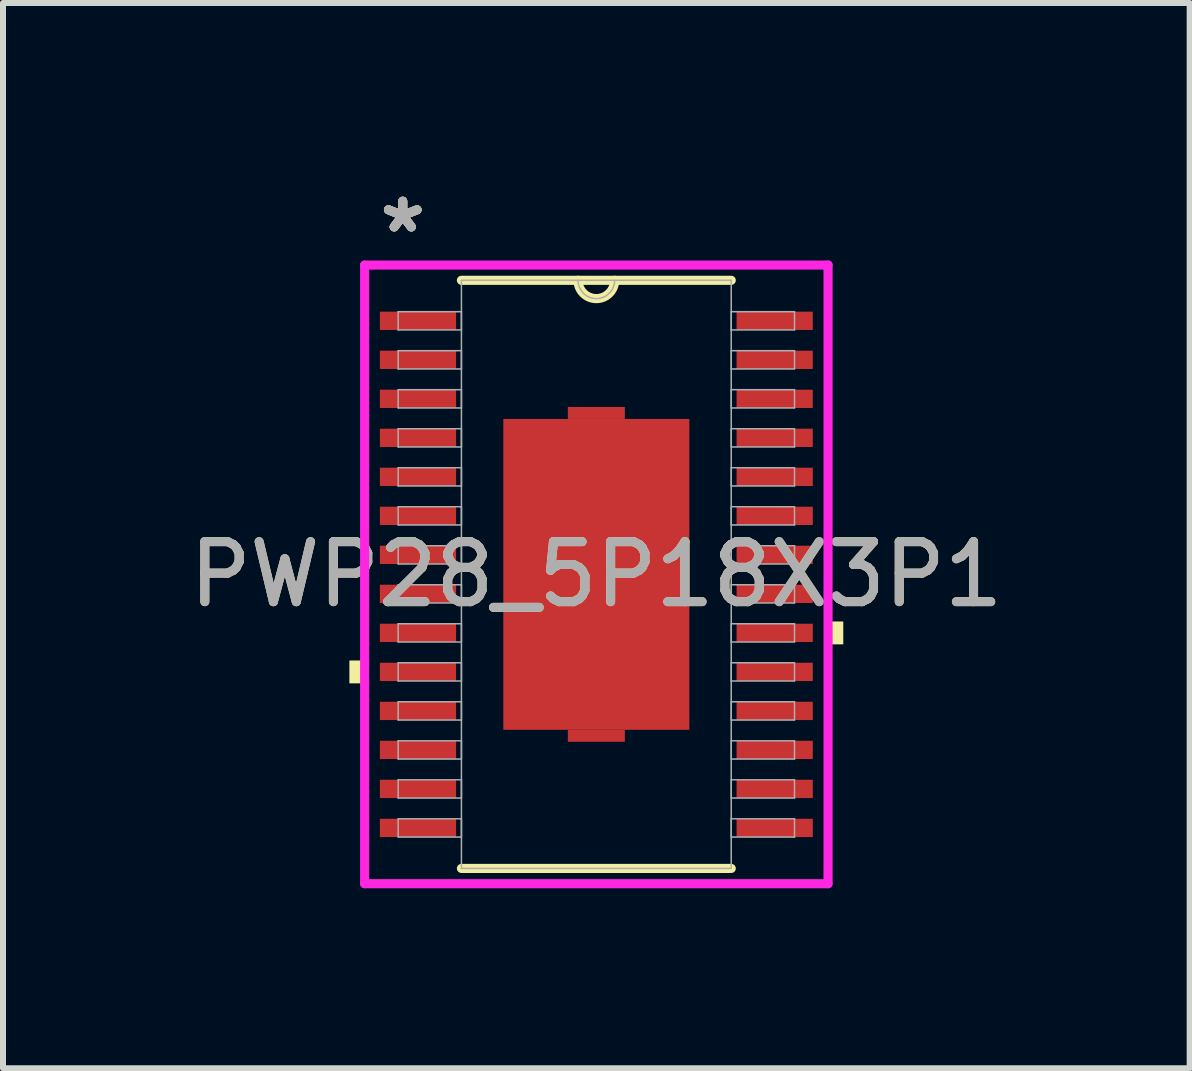
<source format=kicad_pcb>
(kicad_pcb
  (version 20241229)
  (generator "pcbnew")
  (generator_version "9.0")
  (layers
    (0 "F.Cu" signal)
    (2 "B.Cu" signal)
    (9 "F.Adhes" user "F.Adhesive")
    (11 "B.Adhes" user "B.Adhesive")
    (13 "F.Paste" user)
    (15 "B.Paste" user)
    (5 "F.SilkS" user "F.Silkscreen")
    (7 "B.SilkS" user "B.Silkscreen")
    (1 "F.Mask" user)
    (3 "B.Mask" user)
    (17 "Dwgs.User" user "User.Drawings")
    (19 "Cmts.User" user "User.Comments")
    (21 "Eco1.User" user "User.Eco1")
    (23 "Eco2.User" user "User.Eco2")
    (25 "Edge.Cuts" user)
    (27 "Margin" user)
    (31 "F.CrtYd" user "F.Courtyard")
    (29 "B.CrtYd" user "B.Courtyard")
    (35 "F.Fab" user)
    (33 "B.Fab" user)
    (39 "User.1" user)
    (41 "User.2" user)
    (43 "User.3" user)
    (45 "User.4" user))
  (footprint "PWP28_5P18X3P1"
    (layer "F.Cu")
    (at 6.887 6.521)
    (property "Reference" "PWP28_5P18X3P1" (at 0 0 0) (unlocked yes) (layer "F.SilkS") (effects (font (size 1 1) (thickness 0.15))))
    (attr smd)
    (fp_poly (pts (xy -0.475 -2.59) (xy -0.475 -2.79) (xy 0.475 -2.79) (xy 0.475 -2.59)) (stroke (width 0) (type solid)) (fill yes) (layer "F.Cu"))
    (fp_poly (pts (xy -0.475 2.59) (xy -0.475 2.79) (xy 0.475 2.79) (xy 0.475 2.59)) (stroke (width 0) (type solid)) (fill yes) (layer "F.Cu"))
    (fp_poly (pts (xy -0.475 -2.59) (xy -0.475 -2.79) (xy 0.475 -2.79) (xy 0.475 -2.59)) (stroke (width 0) (type solid)) (fill yes) (layer "F.Mask"))
    (fp_poly (pts (xy -0.475 2.59) (xy -0.475 2.79) (xy 0.475 2.79) (xy 0.475 2.59)) (stroke (width 0) (type solid)) (fill yes) (layer "F.Mask"))
    (fp_line (start -2.248 4.9) (end 2.248 4.9) (stroke (width 0.152) (type solid)) (layer "F.SilkS"))
    (fp_line (start 2.248 -4.9) (end -2.248 -4.9) (stroke (width 0.152) (type solid)) (layer "F.SilkS"))
    (fp_arc (start 0.3048 -4.900003) (mid 0 -4.595203) (end -0.3048 -4.900003) (stroke (width 0.1524) (type solid)) (layer "F.SilkS"))
    (fp_poly (pts (xy -4.115 1.435) (xy -4.115 1.816) (xy -3.861 1.816) (xy -3.861 1.435)) (stroke (width 0) (type solid)) (fill yes) (layer "F.SilkS"))
    (fp_poly (pts (xy 4.115 0.785) (xy 4.115 1.166) (xy 3.861 1.166) (xy 3.861 0.785)) (stroke (width 0) (type solid)) (fill yes) (layer "F.SilkS"))
    (fp_line (start -3.861 -5.154) (end 3.861 -5.154) (stroke (width 0.152) (type solid)) (layer "F.CrtYd"))
    (fp_line (start -3.861 5.154) (end -3.861 -5.154) (stroke (width 0.152) (type solid)) (layer "F.CrtYd"))
    (fp_line (start 3.861 -5.154) (end 3.861 5.154) (stroke (width 0.152) (type solid)) (layer "F.CrtYd"))
    (fp_line (start 3.861 5.154) (end -3.861 5.154) (stroke (width 0.152) (type solid)) (layer "F.CrtYd"))
    (fp_line (start -3.302 -4.377) (end -3.302 -4.073) (stroke (width 0.025) (type solid)) (layer "F.Fab"))
    (fp_line (start -3.302 -4.073) (end -2.248 -4.073) (stroke (width 0.025) (type solid)) (layer "F.Fab"))
    (fp_line (start -3.302 -3.727) (end -3.302 -3.423) (stroke (width 0.025) (type solid)) (layer "F.Fab"))
    (fp_line (start -3.302 -3.423) (end -2.248 -3.423) (stroke (width 0.025) (type solid)) (layer "F.Fab"))
    (fp_line (start -3.302 -3.077) (end -3.302 -2.773) (stroke (width 0.025) (type solid)) (layer "F.Fab"))
    (fp_line (start -3.302 -2.773) (end -2.248 -2.773) (stroke (width 0.025) (type solid)) (layer "F.Fab"))
    (fp_line (start -3.302 -2.427) (end -3.302 -2.123) (stroke (width 0.025) (type solid)) (layer "F.Fab"))
    (fp_line (start -3.302 -2.123) (end -2.248 -2.123) (stroke (width 0.025) (type solid)) (layer "F.Fab"))
    (fp_line (start -3.302 -1.777) (end -3.302 -1.473) (stroke (width 0.025) (type solid)) (layer "F.Fab"))
    (fp_line (start -3.302 -1.473) (end -2.248 -1.473) (stroke (width 0.025) (type solid)) (layer "F.Fab"))
    (fp_line (start -3.302 -1.127) (end -3.302 -0.823) (stroke (width 0.025) (type solid)) (layer "F.Fab"))
    (fp_line (start -3.302 -0.823) (end -2.248 -0.823) (stroke (width 0.025) (type solid)) (layer "F.Fab"))
    (fp_line (start -3.302 -0.477) (end -3.302 -0.173) (stroke (width 0.025) (type solid)) (layer "F.Fab"))
    (fp_line (start -3.302 -0.173) (end -2.248 -0.173) (stroke (width 0.025) (type solid)) (layer "F.Fab"))
    (fp_line (start -3.302 0.173) (end -3.302 0.477) (stroke (width 0.025) (type solid)) (layer "F.Fab"))
    (fp_line (start -3.302 0.477) (end -2.248 0.477) (stroke (width 0.025) (type solid)) (layer "F.Fab"))
    (fp_line (start -3.302 0.823) (end -3.302 1.127) (stroke (width 0.025) (type solid)) (layer "F.Fab"))
    (fp_line (start -3.302 1.127) (end -2.248 1.127) (stroke (width 0.025) (type solid)) (layer "F.Fab"))
    (fp_line (start -3.302 1.473) (end -3.302 1.777) (stroke (width 0.025) (type solid)) (layer "F.Fab"))
    (fp_line (start -3.302 1.777) (end -2.248 1.777) (stroke (width 0.025) (type solid)) (layer "F.Fab"))
    (fp_line (start -3.302 2.123) (end -3.302 2.427) (stroke (width 0.025) (type solid)) (layer "F.Fab"))
    (fp_line (start -3.302 2.427) (end -2.248 2.427) (stroke (width 0.025) (type solid)) (layer "F.Fab"))
    (fp_line (start -3.302 2.773) (end -3.302 3.077) (stroke (width 0.025) (type solid)) (layer "F.Fab"))
    (fp_line (start -3.302 3.077) (end -2.248 3.077) (stroke (width 0.025) (type solid)) (layer "F.Fab"))
    (fp_line (start -3.302 3.423) (end -3.302 3.727) (stroke (width 0.025) (type solid)) (layer "F.Fab"))
    (fp_line (start -3.302 3.727) (end -2.248 3.727) (stroke (width 0.025) (type solid)) (layer "F.Fab"))
    (fp_line (start -3.302 4.073) (end -3.302 4.377) (stroke (width 0.025) (type solid)) (layer "F.Fab"))
    (fp_line (start -3.302 4.377) (end -2.248 4.377) (stroke (width 0.025) (type solid)) (layer "F.Fab"))
    (fp_line (start -2.248 -4.9) (end -2.248 4.9) (stroke (width 0.025) (type solid)) (layer "F.Fab"))
    (fp_line (start -2.248 -4.377) (end -3.302 -4.377) (stroke (width 0.025) (type solid)) (layer "F.Fab"))
    (fp_line (start -2.248 -4.073) (end -2.248 -4.377) (stroke (width 0.025) (type solid)) (layer "F.Fab"))
    (fp_line (start -2.248 -3.727) (end -3.302 -3.727) (stroke (width 0.025) (type solid)) (layer "F.Fab"))
    (fp_line (start -2.248 -3.423) (end -2.248 -3.727) (stroke (width 0.025) (type solid)) (layer "F.Fab"))
    (fp_line (start -2.248 -3.077) (end -3.302 -3.077) (stroke (width 0.025) (type solid)) (layer "F.Fab"))
    (fp_line (start -2.248 -2.773) (end -2.248 -3.077) (stroke (width 0.025) (type solid)) (layer "F.Fab"))
    (fp_line (start -2.248 -2.427) (end -3.302 -2.427) (stroke (width 0.025) (type solid)) (layer "F.Fab"))
    (fp_line (start -2.248 -2.123) (end -2.248 -2.427) (stroke (width 0.025) (type solid)) (layer "F.Fab"))
    (fp_line (start -2.248 -1.777) (end -3.302 -1.777) (stroke (width 0.025) (type solid)) (layer "F.Fab"))
    (fp_line (start -2.248 -1.473) (end -2.248 -1.777) (stroke (width 0.025) (type solid)) (layer "F.Fab"))
    (fp_line (start -2.248 -1.127) (end -3.302 -1.127) (stroke (width 0.025) (type solid)) (layer "F.Fab"))
    (fp_line (start -2.248 -0.823) (end -2.248 -1.127) (stroke (width 0.025) (type solid)) (layer "F.Fab"))
    (fp_line (start -2.248 -0.477) (end -3.302 -0.477) (stroke (width 0.025) (type solid)) (layer "F.Fab"))
    (fp_line (start -2.248 -0.173) (end -2.248 -0.477) (stroke (width 0.025) (type solid)) (layer "F.Fab"))
    (fp_line (start -2.248 0.173) (end -3.302 0.173) (stroke (width 0.025) (type solid)) (layer "F.Fab"))
    (fp_line (start -2.248 0.477) (end -2.248 0.173) (stroke (width 0.025) (type solid)) (layer "F.Fab"))
    (fp_line (start -2.248 0.823) (end -3.302 0.823) (stroke (width 0.025) (type solid)) (layer "F.Fab"))
    (fp_line (start -2.248 1.127) (end -2.248 0.823) (stroke (width 0.025) (type solid)) (layer "F.Fab"))
    (fp_line (start -2.248 1.473) (end -3.302 1.473) (stroke (width 0.025) (type solid)) (layer "F.Fab"))
    (fp_line (start -2.248 1.777) (end -2.248 1.473) (stroke (width 0.025) (type solid)) (layer "F.Fab"))
    (fp_line (start -2.248 2.123) (end -3.302 2.123) (stroke (width 0.025) (type solid)) (layer "F.Fab"))
    (fp_line (start -2.248 2.427) (end -2.248 2.123) (stroke (width 0.025) (type solid)) (layer "F.Fab"))
    (fp_line (start -2.248 2.773) (end -3.302 2.773) (stroke (width 0.025) (type solid)) (layer "F.Fab"))
    (fp_line (start -2.248 3.077) (end -2.248 2.773) (stroke (width 0.025) (type solid)) (layer "F.Fab"))
    (fp_line (start -2.248 3.423) (end -3.302 3.423) (stroke (width 0.025) (type solid)) (layer "F.Fab"))
    (fp_line (start -2.248 3.727) (end -2.248 3.423) (stroke (width 0.025) (type solid)) (layer "F.Fab"))
    (fp_line (start -2.248 4.073) (end -3.302 4.073) (stroke (width 0.025) (type solid)) (layer "F.Fab"))
    (fp_line (start -2.248 4.377) (end -2.248 4.073) (stroke (width 0.025) (type solid)) (layer "F.Fab"))
    (fp_line (start -2.248 4.9) (end 2.248 4.9) (stroke (width 0.025) (type solid)) (layer "F.Fab"))
    (fp_line (start 2.248 -4.9) (end -2.248 -4.9) (stroke (width 0.025) (type solid)) (layer "F.Fab"))
    (fp_line (start 2.248 -4.377) (end 2.248 -4.073) (stroke (width 0.025) (type solid)) (layer "F.Fab"))
    (fp_line (start 2.248 -4.073) (end 3.302 -4.073) (stroke (width 0.025) (type solid)) (layer "F.Fab"))
    (fp_line (start 2.248 -3.727) (end 2.248 -3.423) (stroke (width 0.025) (type solid)) (layer "F.Fab"))
    (fp_line (start 2.248 -3.423) (end 3.302 -3.423) (stroke (width 0.025) (type solid)) (layer "F.Fab"))
    (fp_line (start 2.248 -3.077) (end 2.248 -2.773) (stroke (width 0.025) (type solid)) (layer "F.Fab"))
    (fp_line (start 2.248 -2.773) (end 3.302 -2.773) (stroke (width 0.025) (type solid)) (layer "F.Fab"))
    (fp_line (start 2.248 -2.427) (end 2.248 -2.123) (stroke (width 0.025) (type solid)) (layer "F.Fab"))
    (fp_line (start 2.248 -2.123) (end 3.302 -2.123) (stroke (width 0.025) (type solid)) (layer "F.Fab"))
    (fp_line (start 2.248 -1.777) (end 2.248 -1.473) (stroke (width 0.025) (type solid)) (layer "F.Fab"))
    (fp_line (start 2.248 -1.473) (end 3.302 -1.473) (stroke (width 0.025) (type solid)) (layer "F.Fab"))
    (fp_line (start 2.248 -1.127) (end 2.248 -0.823) (stroke (width 0.025) (type solid)) (layer "F.Fab"))
    (fp_line (start 2.248 -0.823) (end 3.302 -0.823) (stroke (width 0.025) (type solid)) (layer "F.Fab"))
    (fp_line (start 2.248 -0.477) (end 2.248 -0.173) (stroke (width 0.025) (type solid)) (layer "F.Fab"))
    (fp_line (start 2.248 -0.173) (end 3.302 -0.173) (stroke (width 0.025) (type solid)) (layer "F.Fab"))
    (fp_line (start 2.248 0.173) (end 2.248 0.477) (stroke (width 0.025) (type solid)) (layer "F.Fab"))
    (fp_line (start 2.248 0.477) (end 3.302 0.477) (stroke (width 0.025) (type solid)) (layer "F.Fab"))
    (fp_line (start 2.248 0.823) (end 2.248 1.127) (stroke (width 0.025) (type solid)) (layer "F.Fab"))
    (fp_line (start 2.248 1.127) (end 3.302 1.127) (stroke (width 0.025) (type solid)) (layer "F.Fab"))
    (fp_line (start 2.248 1.473) (end 2.248 1.777) (stroke (width 0.025) (type solid)) (layer "F.Fab"))
    (fp_line (start 2.248 1.777) (end 3.302 1.777) (stroke (width 0.025) (type solid)) (layer "F.Fab"))
    (fp_line (start 2.248 2.123) (end 2.248 2.427) (stroke (width 0.025) (type solid)) (layer "F.Fab"))
    (fp_line (start 2.248 2.427) (end 3.302 2.427) (stroke (width 0.025) (type solid)) (layer "F.Fab"))
    (fp_line (start 2.248 2.773) (end 2.248 3.077) (stroke (width 0.025) (type solid)) (layer "F.Fab"))
    (fp_line (start 2.248 3.077) (end 3.302 3.077) (stroke (width 0.025) (type solid)) (layer "F.Fab"))
    (fp_line (start 2.248 3.423) (end 2.248 3.727) (stroke (width 0.025) (type solid)) (layer "F.Fab"))
    (fp_line (start 2.248 3.727) (end 3.302 3.727) (stroke (width 0.025) (type solid)) (layer "F.Fab"))
    (fp_line (start 2.248 4.073) (end 2.248 4.377) (stroke (width 0.025) (type solid)) (layer "F.Fab"))
    (fp_line (start 2.248 4.377) (end 3.302 4.377) (stroke (width 0.025) (type solid)) (layer "F.Fab"))
    (fp_line (start 2.248 4.9) (end 2.248 -4.9) (stroke (width 0.025) (type solid)) (layer "F.Fab"))
    (fp_line (start 3.302 -4.377) (end 2.248 -4.377) (stroke (width 0.025) (type solid)) (layer "F.Fab"))
    (fp_line (start 3.302 -4.073) (end 3.302 -4.377) (stroke (width 0.025) (type solid)) (layer "F.Fab"))
    (fp_line (start 3.302 -3.727) (end 2.248 -3.727) (stroke (width 0.025) (type solid)) (layer "F.Fab"))
    (fp_line (start 3.302 -3.423) (end 3.302 -3.727) (stroke (width 0.025) (type solid)) (layer "F.Fab"))
    (fp_line (start 3.302 -3.077) (end 2.248 -3.077) (stroke (width 0.025) (type solid)) (layer "F.Fab"))
    (fp_line (start 3.302 -2.773) (end 3.302 -3.077) (stroke (width 0.025) (type solid)) (layer "F.Fab"))
    (fp_line (start 3.302 -2.427) (end 2.248 -2.427) (stroke (width 0.025) (type solid)) (layer "F.Fab"))
    (fp_line (start 3.302 -2.123) (end 3.302 -2.427) (stroke (width 0.025) (type solid)) (layer "F.Fab"))
    (fp_line (start 3.302 -1.777) (end 2.248 -1.777) (stroke (width 0.025) (type solid)) (layer "F.Fab"))
    (fp_line (start 3.302 -1.473) (end 3.302 -1.777) (stroke (width 0.025) (type solid)) (layer "F.Fab"))
    (fp_line (start 3.302 -1.127) (end 2.248 -1.127) (stroke (width 0.025) (type solid)) (layer "F.Fab"))
    (fp_line (start 3.302 -0.823) (end 3.302 -1.127) (stroke (width 0.025) (type solid)) (layer "F.Fab"))
    (fp_line (start 3.302 -0.477) (end 2.248 -0.477) (stroke (width 0.025) (type solid)) (layer "F.Fab"))
    (fp_line (start 3.302 -0.173) (end 3.302 -0.477) (stroke (width 0.025) (type solid)) (layer "F.Fab"))
    (fp_line (start 3.302 0.173) (end 2.248 0.173) (stroke (width 0.025) (type solid)) (layer "F.Fab"))
    (fp_line (start 3.302 0.477) (end 3.302 0.173) (stroke (width 0.025) (type solid)) (layer "F.Fab"))
    (fp_line (start 3.302 0.823) (end 2.248 0.823) (stroke (width 0.025) (type solid)) (layer "F.Fab"))
    (fp_line (start 3.302 1.127) (end 3.302 0.823) (stroke (width 0.025) (type solid)) (layer "F.Fab"))
    (fp_line (start 3.302 1.473) (end 2.248 1.473) (stroke (width 0.025) (type solid)) (layer "F.Fab"))
    (fp_line (start 3.302 1.777) (end 3.302 1.473) (stroke (width 0.025) (type solid)) (layer "F.Fab"))
    (fp_line (start 3.302 2.123) (end 2.248 2.123) (stroke (width 0.025) (type solid)) (layer "F.Fab"))
    (fp_line (start 3.302 2.427) (end 3.302 2.123) (stroke (width 0.025) (type solid)) (layer "F.Fab"))
    (fp_line (start 3.302 2.773) (end 2.248 2.773) (stroke (width 0.025) (type solid)) (layer "F.Fab"))
    (fp_line (start 3.302 3.077) (end 3.302 2.773) (stroke (width 0.025) (type solid)) (layer "F.Fab"))
    (fp_line (start 3.302 3.423) (end 2.248 3.423) (stroke (width 0.025) (type solid)) (layer "F.Fab"))
    (fp_line (start 3.302 3.727) (end 3.302 3.423) (stroke (width 0.025) (type solid)) (layer "F.Fab"))
    (fp_line (start 3.302 4.073) (end 2.248 4.073) (stroke (width 0.025) (type solid)) (layer "F.Fab"))
    (fp_line (start 3.302 4.377) (end 3.302 4.073) (stroke (width 0.025) (type solid)) (layer "F.Fab"))
    (fp_arc (start 0.3048 -4.900003) (mid 0 -4.595203) (end -0.3048 -4.900003) (stroke (width 0.0254) (type solid)) (layer "F.Fab"))
    (fp_text user "*" (at -3.226 -5.673 0) (layer "F.SilkS") (effects (font (size 1 1) (thickness 0.15))))
    (fp_text user "*" (at -3.226 -5.673 0) (unlocked yes) (layer "F.SilkS") (effects (font (size 1 1) (thickness 0.15))))
    (fp_text user "${REFERENCE}" (at 0 0 0) (unlocked yes) (layer "F.Fab") (effects (font (size 1 1) (thickness 0.15))))
    (fp_text user "*" (at -3.226 -5.673 0) (unlocked yes) (layer "F.Fab") (effects (font (size 1 1) (thickness 0.15))))
    (fp_text user "*" (at -3.226 -5.673 0) (layer "F.Fab") (effects (font (size 1 1) (thickness 0.15))))
    (pad "1" smd rect (at -2.972 -4.225) (size 1.27 0.305) (layers "F.Cu" "F.Mask" "F.Paste"))
    (pad "2" smd rect (at -2.972 -3.575) (size 1.27 0.305) (layers "F.Cu" "F.Mask" "F.Paste"))
    (pad "3" smd rect (at -2.972 -2.925) (size 1.27 0.305) (layers "F.Cu" "F.Mask" "F.Paste"))
    (pad "4" smd rect (at -2.972 -2.275) (size 1.27 0.305) (layers "F.Cu" "F.Mask" "F.Paste"))
    (pad "5" smd rect (at -2.972 -1.625) (size 1.27 0.305) (layers "F.Cu" "F.Mask" "F.Paste"))
    (pad "6" smd rect (at -2.972 -0.975) (size 1.27 0.305) (layers "F.Cu" "F.Mask" "F.Paste"))
    (pad "7" smd rect (at -2.972 -0.325) (size 1.27 0.305) (layers "F.Cu" "F.Mask" "F.Paste"))
    (pad "8" smd rect (at -2.972 0.325) (size 1.27 0.305) (layers "F.Cu" "F.Mask" "F.Paste"))
    (pad "9" smd rect (at -2.972 0.975) (size 1.27 0.305) (layers "F.Cu" "F.Mask" "F.Paste"))
    (pad "10" smd rect (at -2.972 1.625) (size 1.27 0.305) (layers "F.Cu" "F.Mask" "F.Paste"))
    (pad "11" smd rect (at -2.972 2.275) (size 1.27 0.305) (layers "F.Cu" "F.Mask" "F.Paste"))
    (pad "12" smd rect (at -2.972 2.925) (size 1.27 0.305) (layers "F.Cu" "F.Mask" "F.Paste"))
    (pad "13" smd rect (at -2.972 3.575) (size 1.27 0.305) (layers "F.Cu" "F.Mask" "F.Paste"))
    (pad "14" smd rect (at -2.972 4.225) (size 1.27 0.305) (layers "F.Cu" "F.Mask" "F.Paste"))
    (pad "15" smd rect (at 2.972 4.225) (size 1.27 0.305) (layers "F.Cu" "F.Mask" "F.Paste"))
    (pad "16" smd rect (at 2.972 3.575) (size 1.27 0.305) (layers "F.Cu" "F.Mask" "F.Paste"))
    (pad "17" smd rect (at 2.972 2.925) (size 1.27 0.305) (layers "F.Cu" "F.Mask" "F.Paste"))
    (pad "18" smd rect (at 2.972 2.275) (size 1.27 0.305) (layers "F.Cu" "F.Mask" "F.Paste"))
    (pad "19" smd rect (at 2.972 1.625) (size 1.27 0.305) (layers "F.Cu" "F.Mask" "F.Paste"))
    (pad "20" smd rect (at 2.972 0.975) (size 1.27 0.305) (layers "F.Cu" "F.Mask" "F.Paste"))
    (pad "21" smd rect (at 2.972 0.325) (size 1.27 0.305) (layers "F.Cu" "F.Mask" "F.Paste"))
    (pad "22" smd rect (at 2.972 -0.325) (size 1.27 0.305) (layers "F.Cu" "F.Mask" "F.Paste"))
    (pad "23" smd rect (at 2.972 -0.975) (size 1.27 0.305) (layers "F.Cu" "F.Mask" "F.Paste"))
    (pad "24" smd rect (at 2.972 -1.625) (size 1.27 0.305) (layers "F.Cu" "F.Mask" "F.Paste"))
    (pad "25" smd rect (at 2.972 -2.275) (size 1.27 0.305) (layers "F.Cu" "F.Mask" "F.Paste"))
    (pad "26" smd rect (at 2.972 -2.925) (size 1.27 0.305) (layers "F.Cu" "F.Mask" "F.Paste"))
    (pad "27" smd rect (at 2.972 -3.575) (size 1.27 0.305) (layers "F.Cu" "F.Mask" "F.Paste"))
    (pad "28" smd rect (at 2.972 -4.225) (size 1.27 0.305) (layers "F.Cu" "F.Mask" "F.Paste"))
    (pad "29" smd rect (at 0 0) (size 3.1 5.18) (layers "F.Cu" "F.Mask" "F.Paste")))
  (gr_rect
    (start -3 -3)
    (end 16.774 14.751)
    (stroke (width 0.1) (type default))
    (fill no)
    (layer "Edge.Cuts")))
</source>
